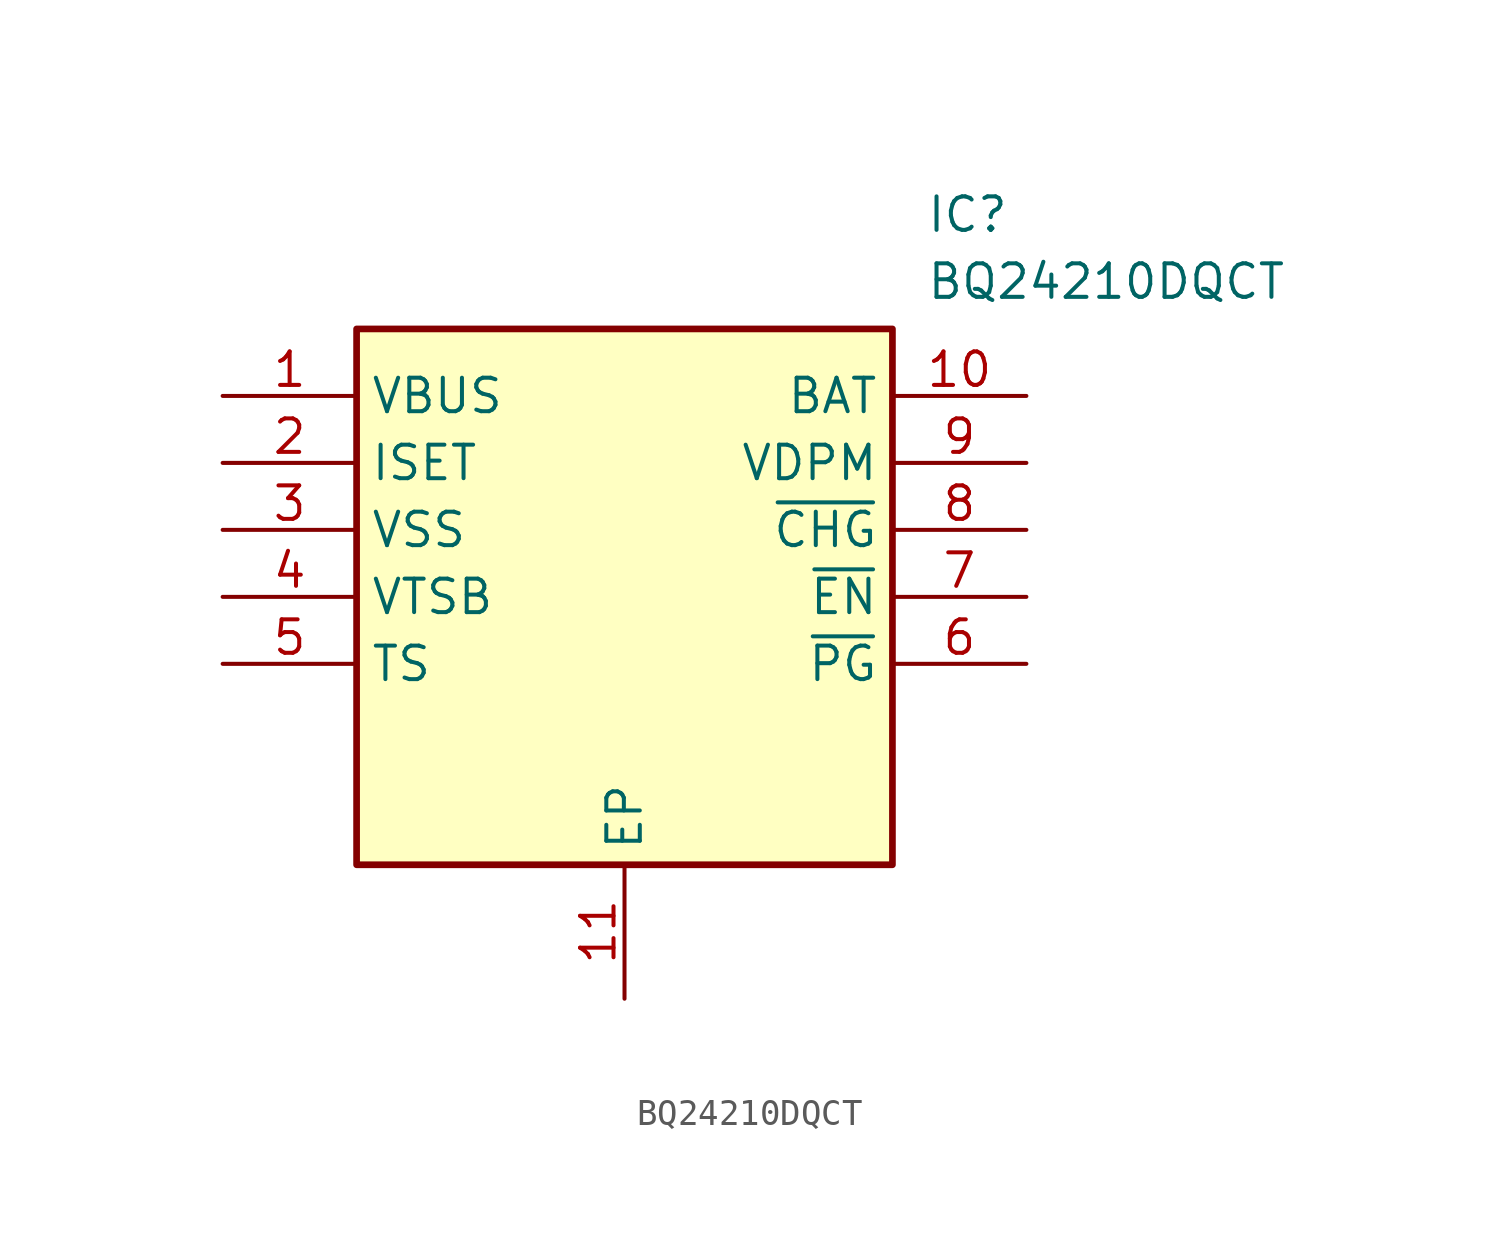
<source format=kicad_sym>
(kicad_symbol_lib
  (version 20211014)
  (generator SamacSys_ECAD_Model)
  (symbol "BQ24210DQCT"
    (property "Reference" "IC"
      (at 26.67 7.62 0)
      (effects (font (size 1.27 1.27)) (justify left top)))
    (property "Value" "BQ24210DQCT"
      (at 26.67 5.08 0)
      (effects (font (size 1.27 1.27)) (justify left top)))
    (rectangle
      (start 5.08 2.54)
      (end 25.4 -17.78)
      (stroke (width 0.254) (type default))
      (fill (type background)))
    (pin passive line
      (at 0 0 0)
      (length 5.08)
      (name "VBUS" (effects (font (size 1.27 1.27))))
      (number "1" (effects (font (size 1.27 1.27)))))
    (pin passive line
      (at 0 -2.54 0)
      (length 5.08)
      (name "ISET" (effects (font (size 1.27 1.27))))
      (number "2" (effects (font (size 1.27 1.27)))))
    (pin passive line
      (at 0 -5.08 0)
      (length 5.08)
      (name "VSS" (effects (font (size 1.27 1.27))))
      (number "3" (effects (font (size 1.27 1.27)))))
    (pin passive line
      (at 0 -7.62 0)
      (length 5.08)
      (name "VTSB" (effects (font (size 1.27 1.27))))
      (number "4" (effects (font (size 1.27 1.27)))))
    (pin passive line
      (at 0 -10.16 0)
      (length 5.08)
      (name "TS" (effects (font (size 1.27 1.27))))
      (number "5" (effects (font (size 1.27 1.27)))))
    (pin passive line
      (at 15.24 -22.86 90)
      (length 5.08)
      (name "EP" (effects (font (size 1.27 1.27))))
      (number "11" (effects (font (size 1.27 1.27)))))
    (pin passive line
      (at 30.48 0 180)
      (length 5.08)
      (name "BAT" (effects (font (size 1.27 1.27))))
      (number "10" (effects (font (size 1.27 1.27)))))
    (pin passive line
      (at 30.48 -2.54 180)
      (length 5.08)
      (name "VDPM" (effects (font (size 1.27 1.27))))
      (number "9" (effects (font (size 1.27 1.27)))))
    (pin passive line
      (at 30.48 -5.08 180)
      (length 5.08)
      (name "~{CHG}" (effects (font (size 1.27 1.27))))
      (number "8" (effects (font (size 1.27 1.27)))))
    (pin passive line
      (at 30.48 -7.62 180)
      (length 5.08)
      (name "~{EN}" (effects (font (size 1.27 1.27))))
      (number "7" (effects (font (size 1.27 1.27)))))
    (pin passive line
      (at 30.48 -10.16 180)
      (length 5.08)
      (name "~{PG}" (effects (font (size 1.27 1.27))))
      (number "6" (effects (font (size 1.27 1.27)))))))
</source>
